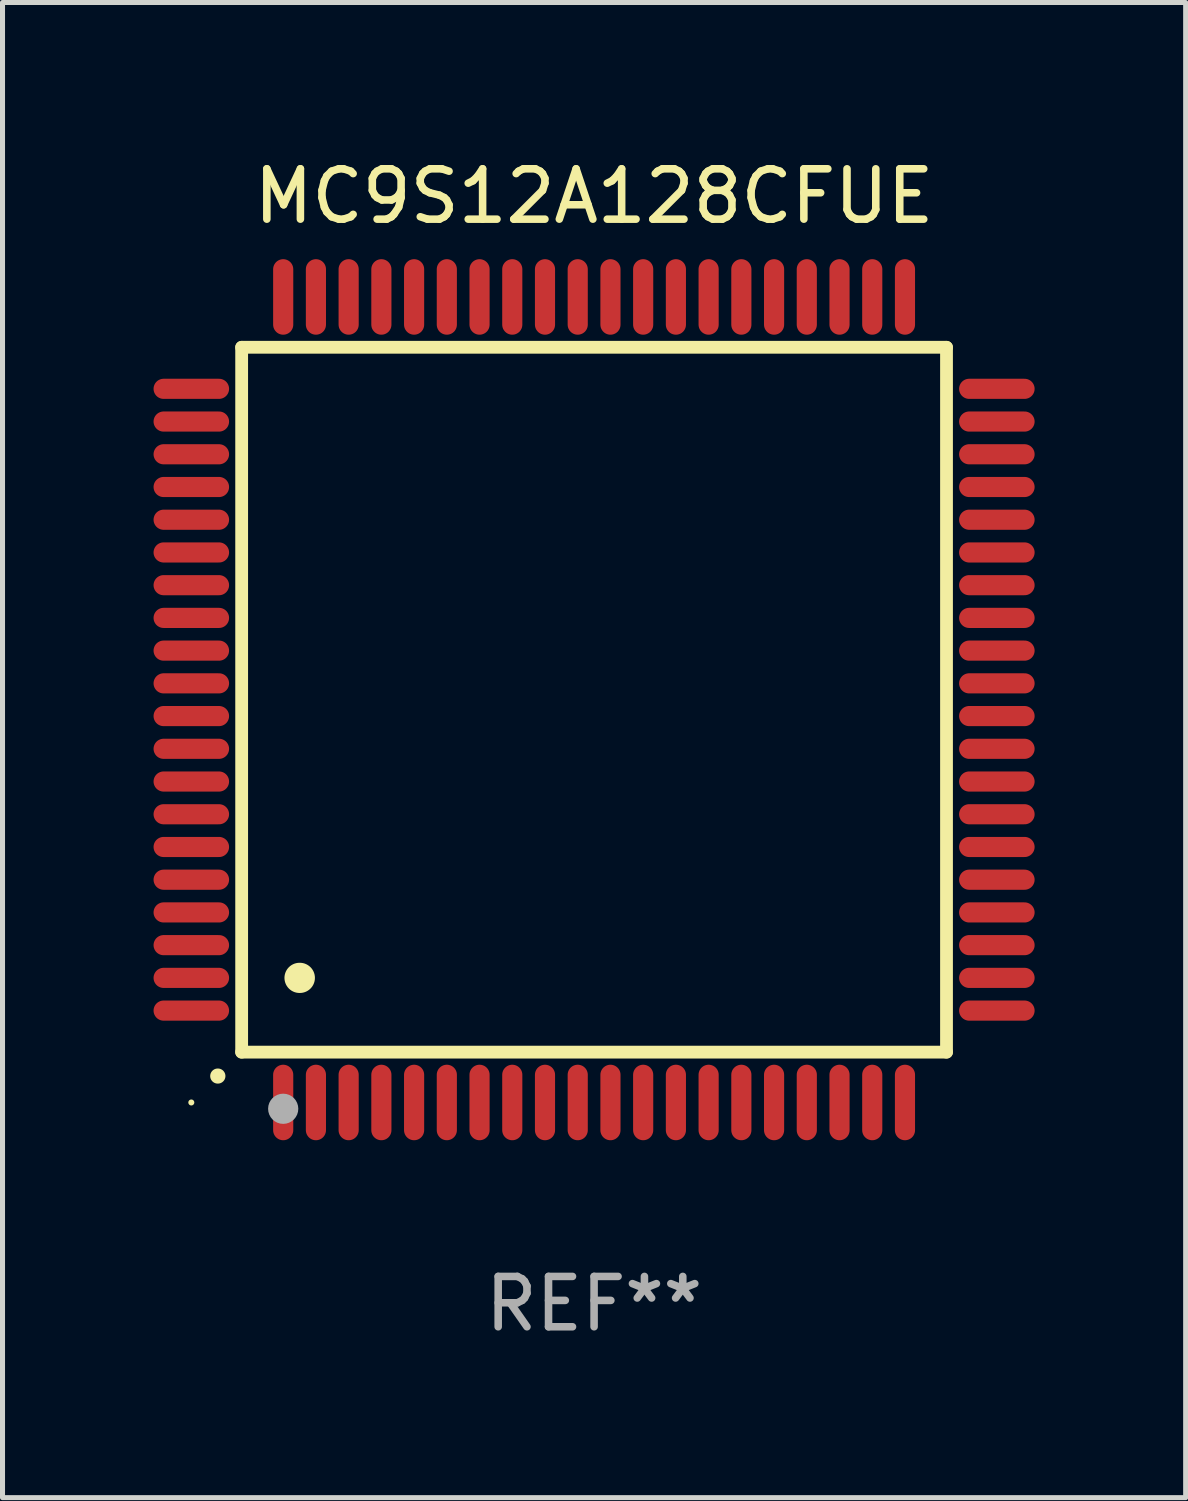
<source format=kicad_pcb>
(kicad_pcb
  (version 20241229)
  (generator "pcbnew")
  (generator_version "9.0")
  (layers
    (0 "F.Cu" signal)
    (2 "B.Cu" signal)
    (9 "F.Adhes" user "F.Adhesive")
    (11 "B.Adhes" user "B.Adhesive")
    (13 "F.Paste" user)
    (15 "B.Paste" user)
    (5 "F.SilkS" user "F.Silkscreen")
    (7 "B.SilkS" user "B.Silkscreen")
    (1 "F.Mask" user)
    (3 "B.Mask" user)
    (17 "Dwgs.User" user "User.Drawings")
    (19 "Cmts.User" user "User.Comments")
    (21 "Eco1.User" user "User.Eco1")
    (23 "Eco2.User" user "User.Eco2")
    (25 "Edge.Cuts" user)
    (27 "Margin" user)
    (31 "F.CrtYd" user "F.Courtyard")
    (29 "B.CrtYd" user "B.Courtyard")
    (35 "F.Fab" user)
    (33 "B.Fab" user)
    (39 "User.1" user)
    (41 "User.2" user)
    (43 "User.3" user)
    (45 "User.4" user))
  (footprint "MC9S12A128CFUE"
    (layer "F.Cu")
    (at 8.75 10.848)
    (property "Reference" "MC9S12A128CFUE" (at 0 -10 0) (layer "F.SilkS") (effects (font (size 1 1) (thickness 0.15))))
    (attr through_hole)
    (fp_line (start -7 -7) (end -7 7) (stroke (width 0.254) (type solid)) (layer "F.SilkS"))
    (fp_line (start -7 -7) (end 7 -7) (stroke (width 0.254) (type solid)) (layer "F.SilkS"))
    (fp_line (start -7 7) (end 7 7) (stroke (width 0.254) (type solid)) (layer "F.SilkS"))
    (fp_line (start 7 -7) (end 7 7) (stroke (width 0.254) (type solid)) (layer "F.SilkS"))
    (fp_arc (start -7.475006 7.475006) (mid -7.473736 7.475001) (end -7.472466 7.475006) (stroke (width 0.3) (type solid)) (layer "F.SilkS"))
    (fp_arc (start -5.850013 5.525019) (mid -5.847473 5.525008) (end -5.844933 5.525019) (stroke (width 0.6) (type solid)) (layer "F.SilkS"))
    (fp_circle (center -8 8) (end -7.97 8) (stroke (width 0.06) (type solid)) (fill no) (layer "F.SilkS"))
    (fp_circle (center -6.175 8.125) (end -6.025 8.125) (stroke (width 0.3) (type solid)) (fill no) (layer "F.Fab"))
    (fp_text user "REF**" (at 0 12 0) (layer "F.Fab") (effects (font (size 1 1) (thickness 0.15))))
    (pad "1" smd oval (at -6.175 8 180) (size 0.4 1.5) (layers "F.Cu" "F.Mask" "F.Paste"))
    (pad "2" smd oval (at -5.525 8 180) (size 0.4 1.5) (layers "F.Cu" "F.Mask" "F.Paste"))
    (pad "3" smd oval (at -4.875 8 180) (size 0.4 1.5) (layers "F.Cu" "F.Mask" "F.Paste"))
    (pad "4" smd oval (at -4.225 8 180) (size 0.4 1.5) (layers "F.Cu" "F.Mask" "F.Paste"))
    (pad "5" smd oval (at -3.575 8 180) (size 0.4 1.5) (layers "F.Cu" "F.Mask" "F.Paste"))
    (pad "6" smd oval (at -2.925 8 180) (size 0.4 1.5) (layers "F.Cu" "F.Mask" "F.Paste"))
    (pad "7" smd oval (at -2.275 8 180) (size 0.4 1.5) (layers "F.Cu" "F.Mask" "F.Paste"))
    (pad "8" smd oval (at -1.625 8 180) (size 0.4 1.5) (layers "F.Cu" "F.Mask" "F.Paste"))
    (pad "9" smd oval (at -0.975 8 180) (size 0.4 1.5) (layers "F.Cu" "F.Mask" "F.Paste"))
    (pad "10" smd oval (at -0.325 8 180) (size 0.4 1.5) (layers "F.Cu" "F.Mask" "F.Paste"))
    (pad "11" smd oval (at 0.325 8 180) (size 0.4 1.5) (layers "F.Cu" "F.Mask" "F.Paste"))
    (pad "12" smd oval (at 0.975 8 180) (size 0.4 1.5) (layers "F.Cu" "F.Mask" "F.Paste"))
    (pad "13" smd oval (at 1.625 8 180) (size 0.4 1.5) (layers "F.Cu" "F.Mask" "F.Paste"))
    (pad "14" smd oval (at 2.275 8 180) (size 0.4 1.5) (layers "F.Cu" "F.Mask" "F.Paste"))
    (pad "15" smd oval (at 2.925 8 180) (size 0.4 1.5) (layers "F.Cu" "F.Mask" "F.Paste"))
    (pad "16" smd oval (at 3.575 8 180) (size 0.4 1.5) (layers "F.Cu" "F.Mask" "F.Paste"))
    (pad "17" smd oval (at 4.225 8 180) (size 0.4 1.5) (layers "F.Cu" "F.Mask" "F.Paste"))
    (pad "18" smd oval (at 4.875 8 180) (size 0.4 1.5) (layers "F.Cu" "F.Mask" "F.Paste"))
    (pad "19" smd oval (at 5.525 8 180) (size 0.4 1.5) (layers "F.Cu" "F.Mask" "F.Paste"))
    (pad "20" smd oval (at 6.175 8) (size 0.4 1.5) (layers "F.Cu" "F.Mask" "F.Paste"))
    (pad "21" smd oval (at 8 6.175 270) (size 0.4 1.5) (layers "F.Cu" "F.Mask" "F.Paste"))
    (pad "22" smd oval (at 8 5.525 90) (size 0.4 1.5) (layers "F.Cu" "F.Mask" "F.Paste"))
    (pad "23" smd oval (at 8 4.875 90) (size 0.4 1.5) (layers "F.Cu" "F.Mask" "F.Paste"))
    (pad "24" smd oval (at 8 4.225 90) (size 0.4 1.5) (layers "F.Cu" "F.Mask" "F.Paste"))
    (pad "25" smd oval (at 8 3.575 90) (size 0.4 1.5) (layers "F.Cu" "F.Mask" "F.Paste"))
    (pad "26" smd oval (at 8 2.925 90) (size 0.4 1.5) (layers "F.Cu" "F.Mask" "F.Paste"))
    (pad "27" smd oval (at 8 2.275 90) (size 0.4 1.5) (layers "F.Cu" "F.Mask" "F.Paste"))
    (pad "28" smd oval (at 8 1.625 90) (size 0.4 1.5) (layers "F.Cu" "F.Mask" "F.Paste"))
    (pad "29" smd oval (at 8 0.975 90) (size 0.4 1.5) (layers "F.Cu" "F.Mask" "F.Paste"))
    (pad "30" smd oval (at 8 0.325 90) (size 0.4 1.5) (layers "F.Cu" "F.Mask" "F.Paste"))
    (pad "31" smd oval (at 8 -0.325 90) (size 0.4 1.5) (layers "F.Cu" "F.Mask" "F.Paste"))
    (pad "32" smd oval (at 8 -0.975 90) (size 0.4 1.5) (layers "F.Cu" "F.Mask" "F.Paste"))
    (pad "33" smd oval (at 8 -1.625 90) (size 0.4 1.5) (layers "F.Cu" "F.Mask" "F.Paste"))
    (pad "34" smd oval (at 8 -2.275 90) (size 0.4 1.5) (layers "F.Cu" "F.Mask" "F.Paste"))
    (pad "35" smd oval (at 8 -2.925 90) (size 0.4 1.5) (layers "F.Cu" "F.Mask" "F.Paste"))
    (pad "36" smd oval (at 8 -3.575 90) (size 0.4 1.5) (layers "F.Cu" "F.Mask" "F.Paste"))
    (pad "37" smd oval (at 8 -4.225 90) (size 0.4 1.5) (layers "F.Cu" "F.Mask" "F.Paste"))
    (pad "38" smd oval (at 8 -4.875 90) (size 0.4 1.5) (layers "F.Cu" "F.Mask" "F.Paste"))
    (pad "39" smd oval (at 8 -5.525 90) (size 0.4 1.5) (layers "F.Cu" "F.Mask" "F.Paste"))
    (pad "40" smd oval (at 8 -6.175 90) (size 0.4 1.5) (layers "F.Cu" "F.Mask" "F.Paste"))
    (pad "41" smd oval (at 6.175 -8) (size 0.4 1.5) (layers "F.Cu" "F.Mask" "F.Paste"))
    (pad "42" smd oval (at 5.525 -8 180) (size 0.4 1.5) (layers "F.Cu" "F.Mask" "F.Paste"))
    (pad "43" smd oval (at 4.875 -8 180) (size 0.4 1.5) (layers "F.Cu" "F.Mask" "F.Paste"))
    (pad "44" smd oval (at 4.225 -8 180) (size 0.4 1.5) (layers "F.Cu" "F.Mask" "F.Paste"))
    (pad "45" smd oval (at 3.575 -8 180) (size 0.4 1.5) (layers "F.Cu" "F.Mask" "F.Paste"))
    (pad "46" smd oval (at 2.925 -8 180) (size 0.4 1.5) (layers "F.Cu" "F.Mask" "F.Paste"))
    (pad "47" smd oval (at 2.275 -8 180) (size 0.4 1.5) (layers "F.Cu" "F.Mask" "F.Paste"))
    (pad "48" smd oval (at 1.625 -8 180) (size 0.4 1.5) (layers "F.Cu" "F.Mask" "F.Paste"))
    (pad "49" smd oval (at 0.975 -8 180) (size 0.4 1.5) (layers "F.Cu" "F.Mask" "F.Paste"))
    (pad "50" smd oval (at 0.325 -8 180) (size 0.4 1.5) (layers "F.Cu" "F.Mask" "F.Paste"))
    (pad "51" smd oval (at -0.325 -8 180) (size 0.4 1.5) (layers "F.Cu" "F.Mask" "F.Paste"))
    (pad "52" smd oval (at -0.975 -8 180) (size 0.4 1.5) (layers "F.Cu" "F.Mask" "F.Paste"))
    (pad "53" smd oval (at -1.625 -8 180) (size 0.4 1.5) (layers "F.Cu" "F.Mask" "F.Paste"))
    (pad "54" smd oval (at -2.275 -8 180) (size 0.4 1.5) (layers "F.Cu" "F.Mask" "F.Paste"))
    (pad "55" smd oval (at -2.925 -8 180) (size 0.4 1.5) (layers "F.Cu" "F.Mask" "F.Paste"))
    (pad "56" smd oval (at -3.575 -8 180) (size 0.4 1.5) (layers "F.Cu" "F.Mask" "F.Paste"))
    (pad "57" smd oval (at -4.225 -8 180) (size 0.4 1.5) (layers "F.Cu" "F.Mask" "F.Paste"))
    (pad "58" smd oval (at -4.875 -8 180) (size 0.4 1.5) (layers "F.Cu" "F.Mask" "F.Paste"))
    (pad "59" smd oval (at -5.525 -8 180) (size 0.4 1.5) (layers "F.Cu" "F.Mask" "F.Paste"))
    (pad "60" smd oval (at -6.175 -8 180) (size 0.4 1.5) (layers "F.Cu" "F.Mask" "F.Paste"))
    (pad "61" smd oval (at -8 -6.175 90) (size 0.4 1.5) (layers "F.Cu" "F.Mask" "F.Paste"))
    (pad "62" smd oval (at -8 -5.525 90) (size 0.4 1.5) (layers "F.Cu" "F.Mask" "F.Paste"))
    (pad "63" smd oval (at -8 -4.875 90) (size 0.4 1.5) (layers "F.Cu" "F.Mask" "F.Paste"))
    (pad "64" smd oval (at -8 -4.225 90) (size 0.4 1.5) (layers "F.Cu" "F.Mask" "F.Paste"))
    (pad "65" smd oval (at -8 -3.575 90) (size 0.4 1.5) (layers "F.Cu" "F.Mask" "F.Paste"))
    (pad "66" smd oval (at -8 -2.925 90) (size 0.4 1.5) (layers "F.Cu" "F.Mask" "F.Paste"))
    (pad "67" smd oval (at -8 -2.275 90) (size 0.4 1.5) (layers "F.Cu" "F.Mask" "F.Paste"))
    (pad "68" smd oval (at -8 -1.625 90) (size 0.4 1.5) (layers "F.Cu" "F.Mask" "F.Paste"))
    (pad "69" smd oval (at -8 -0.975 90) (size 0.4 1.5) (layers "F.Cu" "F.Mask" "F.Paste"))
    (pad "70" smd oval (at -8 -0.325 90) (size 0.4 1.5) (layers "F.Cu" "F.Mask" "F.Paste"))
    (pad "71" smd oval (at -8 0.325 90) (size 0.4 1.5) (layers "F.Cu" "F.Mask" "F.Paste"))
    (pad "72" smd oval (at -8 0.975 90) (size 0.4 1.5) (layers "F.Cu" "F.Mask" "F.Paste"))
    (pad "73" smd oval (at -8 1.625 90) (size 0.4 1.5) (layers "F.Cu" "F.Mask" "F.Paste"))
    (pad "74" smd oval (at -8 2.275 90) (size 0.4 1.5) (layers "F.Cu" "F.Mask" "F.Paste"))
    (pad "75" smd oval (at -8 2.925 90) (size 0.4 1.5) (layers "F.Cu" "F.Mask" "F.Paste"))
    (pad "76" smd oval (at -8 3.575 90) (size 0.4 1.5) (layers "F.Cu" "F.Mask" "F.Paste"))
    (pad "77" smd oval (at -8 4.225 90) (size 0.4 1.5) (layers "F.Cu" "F.Mask" "F.Paste"))
    (pad "78" smd oval (at -8 4.875 90) (size 0.4 1.5) (layers "F.Cu" "F.Mask" "F.Paste"))
    (pad "79" smd oval (at -8 5.525 90) (size 0.4 1.5) (layers "F.Cu" "F.Mask" "F.Paste"))
    (pad "80" smd oval (at -8 6.175 270) (size 0.4 1.5) (layers "F.Cu" "F.Mask" "F.Paste")))
  (gr_rect
    (start -3 -3)
    (end 20.5 26.697)
    (stroke (width 0.1) (type default))
    (fill no)
    (layer "Edge.Cuts")))
</source>
